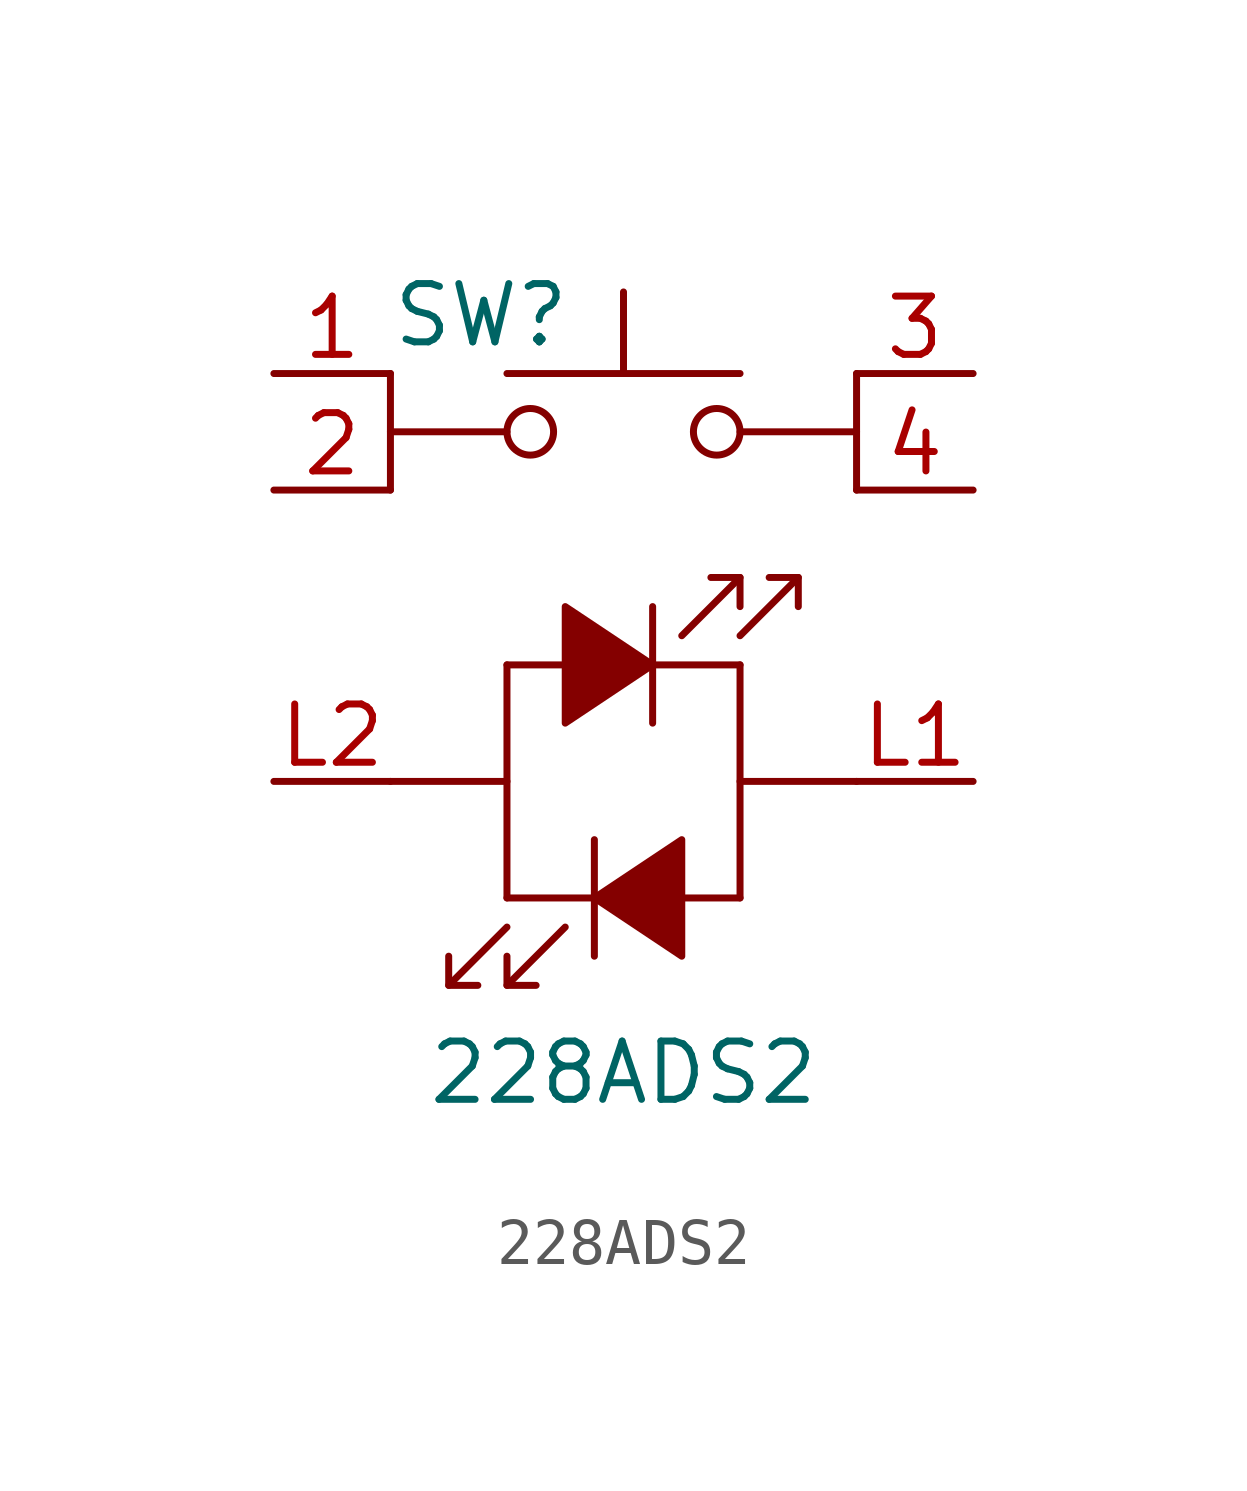
<source format=kicad_sym>
(kicad_symbol_lib
  (version 20220914)
  (generator kicad_symbol_editor)
  (symbol "228ADS2"
    (pin_names
      (offset 1.016) hide)
    (property "Reference" "SW"
      (at -5.08 7.62 0)
      (effects (font (size 1.27 1.27)) (justify left)))
    (property "Value" "228ADS2"
      (at 0 -8.89 0)
      (effects (font (size 1.27 1.27))))
    (symbol "228ADS2_0_0"
      (polyline (pts (xy -5.08 -2.54) (xy -2.54 -2.54)) (stroke (width 0) (type default)) (fill (type none)))
      (polyline (pts (xy -5.08 5.08) (xy -2.54 5.08)) (stroke (width 0) (type default)) (fill (type none)))
      (polyline (pts (xy -3.81 -6.985) (xy -2.54 -5.715)) (stroke (width 0) (type default)) (fill (type none)))
      (polyline (pts (xy -2.54 -6.985) (xy -1.27 -5.715)) (stroke (width 0) (type default)) (fill (type none)))
      (polyline (pts (xy -2.54 -5.08) (xy 2.54 -5.08)) (stroke (width 0) (type default)) (fill (type none)))
      (polyline (pts (xy -2.54 0) (xy -2.54 -5.08)) (stroke (width 0) (type default)) (fill (type none)))
      (polyline (pts (xy -0.635 -3.81) (xy -0.635 -6.35)) (stroke (width 0) (type default)) (fill (type none)))
      (polyline (pts (xy 0.635 1.27) (xy 0.635 -1.27)) (stroke (width 0) (type default)) (fill (type none)))
      (polyline (pts (xy 2.54 0) (xy -2.54 0)) (stroke (width 0) (type default)) (fill (type none)))
      (polyline (pts (xy 2.54 0) (xy 2.54 -5.08)) (stroke (width 0) (type default)) (fill (type none)))
      (polyline (pts (xy 2.54 1.905) (xy 1.27 0.635)) (stroke (width 0) (type default)) (fill (type none)))
      (polyline (pts (xy 2.54 5.08) (xy 5.08 5.08)) (stroke (width 0) (type default)) (fill (type none)))
      (polyline (pts (xy 3.81 1.905) (xy 2.54 0.635)) (stroke (width 0) (type default)) (fill (type none)))
      (polyline (pts (xy 5.08 -2.54) (xy 2.54 -2.54)) (stroke (width 0) (type default)) (fill (type none)))
      (polyline (pts (xy -3.81 -6.35) (xy -3.81 -6.985) (xy -3.175 -6.985)) (stroke (width 0) (type default)) (fill (type none)))
      (polyline (pts (xy -2.54 -6.35) (xy -2.54 -6.985) (xy -1.905 -6.985)) (stroke (width 0) (type default)) (fill (type none)))
      (polyline (pts (xy 2.54 1.27) (xy 2.54 1.905) (xy 1.905 1.905)) (stroke (width 0) (type default)) (fill (type none)))
      (polyline (pts (xy 3.81 1.27) (xy 3.81 1.905) (xy 3.175 1.905)) (stroke (width 0) (type default)) (fill (type none)))
      (polyline (pts (xy -0.635 -5.08) (xy 1.27 -3.81) (xy 1.27 -6.35) (xy -0.635 -5.08)) (stroke (width 0) (type default)) (fill (type outline)))
      (polyline (pts (xy 0.635 0) (xy -1.27 1.27) (xy -1.27 -1.27) (xy 0.635 0)) (stroke (width 0) (type default)) (fill (type outline))))
    (symbol "228ADS2_0_1"
      (circle (center -2.032 5.08) (radius 0.508) (stroke (width 0) (type default)) (fill (type none)))
      (polyline (pts (xy 0 6.35) (xy 0 8.128)) (stroke (width 0) (type default)) (fill (type none)))
      (polyline (pts (xy 2.54 6.35) (xy -2.54 6.35)) (stroke (width 0) (type default)) (fill (type none)))
      (polyline (pts (xy 5.08 6.35) (xy 5.08 3.81)) (stroke (width 0) (type default)) (fill (type none)))
      (polyline (pts (xy -5.08 5.08) (xy -5.08 6.35) (xy -5.08 5.08) (xy -5.08 3.81)) (stroke (width 0) (type default)) (fill (type none)))
      (circle (center 2.032 5.08) (radius 0.508) (stroke (width 0) (type default)) (fill (type none)))
      (pin passive line (at -7.62 6.35 0) (length 2.54) (name "1" (effects (font (size 1.27 1.27)))) (number "1" (effects (font (size 1.27 1.27))))))
    (symbol "228ADS2_1_1"
      (pin passive line (at -7.62 3.81 0) (length 2.54) (name "2" (effects (font (size 1.27 1.27)))) (number "2" (effects (font (size 1.27 1.27)))))
      (pin passive line (at 7.62 6.35 180) (length 2.54) (name "3" (effects (font (size 1.27 1.27)))) (number "3" (effects (font (size 1.27 1.27)))))
      (pin passive line (at 7.62 3.81 180) (length 2.54) (name "4" (effects (font (size 1.27 1.27)))) (number "4" (effects (font (size 1.27 1.27)))))
      (pin passive line (at 7.62 -2.54 180) (length 2.54) (name "L1" (effects (font (size 1.27 1.27)))) (number "L1" (effects (font (size 1.27 1.27)))))
      (pin passive line (at -7.62 -2.54 0) (length 2.54) (name "L2" (effects (font (size 1.27 1.27)))) (number "L2" (effects (font (size 1.27 1.27))))))))
</source>
